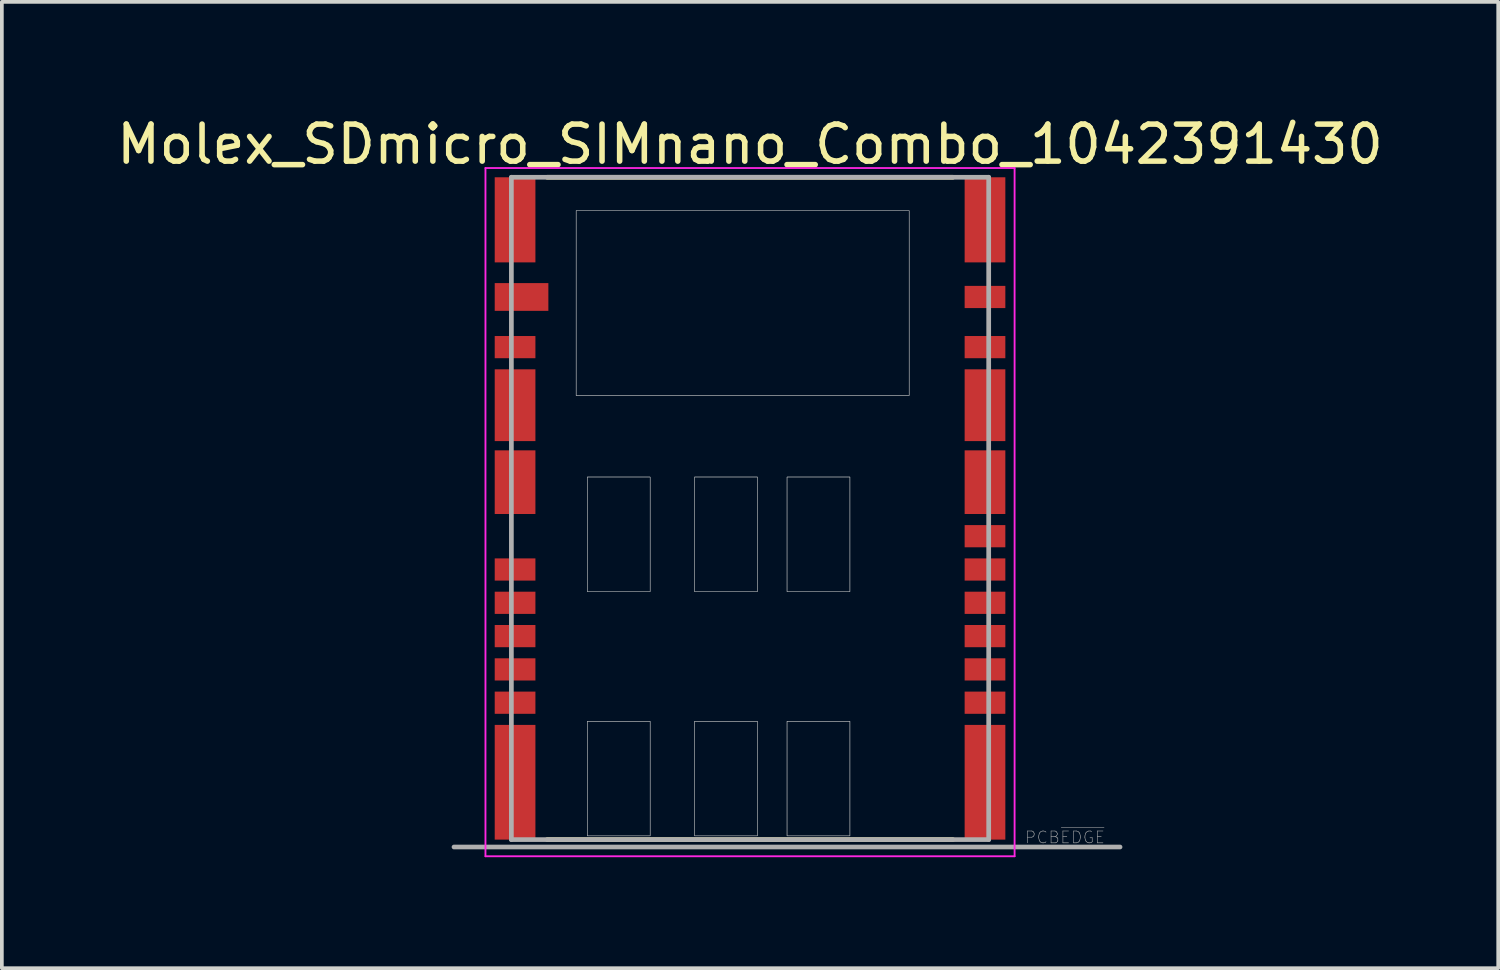
<source format=kicad_pcb>
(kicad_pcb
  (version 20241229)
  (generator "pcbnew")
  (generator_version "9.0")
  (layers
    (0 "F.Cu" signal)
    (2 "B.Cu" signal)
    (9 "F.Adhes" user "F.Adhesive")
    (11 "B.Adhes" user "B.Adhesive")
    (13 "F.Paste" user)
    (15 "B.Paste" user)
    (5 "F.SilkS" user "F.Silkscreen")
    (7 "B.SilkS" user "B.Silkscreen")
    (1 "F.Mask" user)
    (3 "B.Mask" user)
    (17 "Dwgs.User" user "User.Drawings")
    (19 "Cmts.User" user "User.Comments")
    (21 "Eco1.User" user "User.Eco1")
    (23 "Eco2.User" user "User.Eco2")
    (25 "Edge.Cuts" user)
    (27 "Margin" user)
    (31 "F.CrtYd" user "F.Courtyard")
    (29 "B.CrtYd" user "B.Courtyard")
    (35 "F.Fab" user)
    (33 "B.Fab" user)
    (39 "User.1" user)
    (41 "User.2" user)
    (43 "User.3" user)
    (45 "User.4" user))
  (footprint "Molex_SDmicro_SIMnano_Combo_1042391430"
    (layer "F.Cu")
    (at 17.22 10.691)
    (property "Reference" "Molex_SDmicro_SIMnano_Combo_1042391430" (at 0 -9.842 0) (layer "F.SilkS") (effects (font (size 1 1) (thickness 0.15))))
    (attr through_hole)
    (fp_line (start -5.48 -8.95) (end 5.48 -8.95) (stroke (width 0.127) (type solid)) (layer "F.SilkS"))
    (fp_line (start 5.48 8.95) (end -5.48 8.95) (stroke (width 0.127) (type solid)) (layer "F.SilkS"))
    (fp_poly (pts (xy -4.7 -8.05) (xy 4.3 -8.05) (xy 4.3 -3.05) (xy -4.7 -3.05)) (stroke (width 0.01) (type solid)) (fill no) (layer "Dwgs.User"))
    (fp_poly (pts (xy -4.7 -8.05) (xy 4.3 -8.05) (xy 4.3 -3.05) (xy -4.7 -3.05)) (stroke (width 0.01) (type solid)) (fill no) (layer "Dwgs.User"))
    (fp_poly (pts (xy -4.4 -0.85) (xy -2.7 -0.85) (xy -2.7 2.25) (xy -4.4 2.25)) (stroke (width 0.01) (type solid)) (fill no) (layer "Dwgs.User"))
    (fp_poly (pts (xy -4.4 -0.85) (xy -2.7 -0.85) (xy -2.7 2.25) (xy -4.4 2.25)) (stroke (width 0.01) (type solid)) (fill no) (layer "Dwgs.User"))
    (fp_poly (pts (xy -4.4 5.75) (xy -2.7 5.75) (xy -2.7 8.85) (xy -4.4 8.85)) (stroke (width 0.01) (type solid)) (fill no) (layer "Dwgs.User"))
    (fp_poly (pts (xy -4.4 5.75) (xy -2.7 5.75) (xy -2.7 8.85) (xy -4.4 8.85)) (stroke (width 0.01) (type solid)) (fill no) (layer "Dwgs.User"))
    (fp_poly (pts (xy -1.5 -0.85) (xy 0.2 -0.85) (xy 0.2 2.25) (xy -1.5 2.25)) (stroke (width 0.01) (type solid)) (fill no) (layer "Dwgs.User"))
    (fp_poly (pts (xy -1.5 -0.85) (xy 0.2 -0.85) (xy 0.2 2.25) (xy -1.5 2.25)) (stroke (width 0.01) (type solid)) (fill no) (layer "Dwgs.User"))
    (fp_poly (pts (xy -1.5 5.75) (xy 0.2 5.75) (xy 0.2 8.85) (xy -1.5 8.85)) (stroke (width 0.01) (type solid)) (fill no) (layer "Dwgs.User"))
    (fp_poly (pts (xy -1.5 5.75) (xy 0.2 5.75) (xy 0.2 8.85) (xy -1.5 8.85)) (stroke (width 0.01) (type solid)) (fill no) (layer "Dwgs.User"))
    (fp_poly (pts (xy 1 -0.85) (xy 2.7 -0.85) (xy 2.7 2.25) (xy 1 2.25)) (stroke (width 0.01) (type solid)) (fill no) (layer "Dwgs.User"))
    (fp_poly (pts (xy 1 -0.85) (xy 2.7 -0.85) (xy 2.7 2.25) (xy 1 2.25)) (stroke (width 0.01) (type solid)) (fill no) (layer "Dwgs.User"))
    (fp_poly (pts (xy 1 5.75) (xy 2.7 5.75) (xy 2.7 8.85) (xy 1 8.85)) (stroke (width 0.01) (type solid)) (fill no) (layer "Dwgs.User"))
    (fp_poly (pts (xy 1 5.75) (xy 2.7 5.75) (xy 2.7 8.85) (xy 1 8.85)) (stroke (width 0.01) (type solid)) (fill no) (layer "Dwgs.User"))
    (fp_line (start -7.15 -9.2) (end 7.15 -9.2) (stroke (width 0.05) (type solid)) (layer "F.CrtYd"))
    (fp_line (start -7.15 9.4) (end -7.15 -9.2) (stroke (width 0.05) (type solid)) (layer "F.CrtYd"))
    (fp_line (start 7.15 -9.2) (end 7.15 9.4) (stroke (width 0.05) (type solid)) (layer "F.CrtYd"))
    (fp_line (start 7.15 9.4) (end -7.15 9.4) (stroke (width 0.05) (type solid)) (layer "F.CrtYd"))
    (fp_line (start -8 9.15) (end 10 9.15) (stroke (width 0.127) (type solid)) (layer "F.Fab"))
    (fp_line (start -6.45 -8.95) (end 6.45 -8.95) (stroke (width 0.127) (type solid)) (layer "F.Fab"))
    (fp_line (start -6.45 8.95) (end -6.45 -8.95) (stroke (width 0.127) (type solid)) (layer "F.Fab"))
    (fp_line (start 6.45 -8.95) (end 6.45 8.95) (stroke (width 0.127) (type solid)) (layer "F.Fab"))
    (fp_line (start 6.45 8.95) (end -6.45 8.95) (stroke (width 0.127) (type solid)) (layer "F.Fab"))
    (fp_text user "PCB~{EDGE}" (at 8.509 8.89 0) (layer "F.Fab") (effects (font (size 0.32 0.32) (thickness 0.015))))
    (pad "G1" smd rect (at -6.35 7.4) (size 1.1 3.1) (layers "F.Cu" "F.Mask" "F.Paste"))
    (pad "G2" smd rect (at -6.35 -0.71) (size 1.1 1.72) (layers "F.Cu" "F.Mask" "F.Paste"))
    (pad "G3" smd rect (at -6.35 -2.79) (size 1.1 1.94) (layers "F.Cu" "F.Mask" "F.Paste"))
    (pad "G4" smd rect (at -6.35 -7.8) (size 1.1 2.3) (layers "F.Cu" "F.Mask" "F.Paste"))
    (pad "G5" smd rect (at 6.35 -7.8) (size 1.1 2.3) (layers "F.Cu" "F.Mask" "F.Paste"))
    (pad "G6" smd rect (at 6.35 -2.79) (size 1.1 1.94) (layers "F.Cu" "F.Mask" "F.Paste"))
    (pad "G7" smd rect (at 6.35 -0.71) (size 1.1 1.72) (layers "F.Cu" "F.Mask" "F.Paste"))
    (pad "G8" smd rect (at 6.35 7.4) (size 1.1 3.1) (layers "F.Cu" "F.Mask" "F.Paste"))
    (pad "S/W" smd rect (at -6.175 -5.715) (size 1.45 0.75) (layers "F.Cu" "F.Mask" "F.Paste"))
    (pad "S1" smd rect (at 6.35 5.25) (size 1.1 0.6) (layers "F.Cu" "F.Mask" "F.Paste"))
    (pad "S2" smd rect (at 6.35 4.35) (size 1.1 0.6) (layers "F.Cu" "F.Mask" "F.Paste"))
    (pad "S3" smd rect (at -6.35 5.25) (size 1.1 0.6) (layers "F.Cu" "F.Mask" "F.Paste"))
    (pad "S5" smd rect (at 6.35 3.45) (size 1.1 0.6) (layers "F.Cu" "F.Mask" "F.Paste"))
    (pad "S6" smd rect (at -6.35 4.35) (size 1.1 0.6) (layers "F.Cu" "F.Mask" "F.Paste"))
    (pad "S7" smd rect (at -6.35 2.55) (size 1.1 0.6) (layers "F.Cu" "F.Mask" "F.Paste"))
    (pad "T1" smd rect (at 6.35 -5.715) (size 1.1 0.6) (layers "F.Cu" "F.Mask" "F.Paste"))
    (pad "T2" smd rect (at 6.35 -4.36) (size 1.1 0.6) (layers "F.Cu" "F.Mask" "F.Paste"))
    (pad "T3" smd rect (at 6.35 0.75) (size 1.1 0.6) (layers "F.Cu" "F.Mask" "F.Paste"))
    (pad "T4" smd rect (at 6.35 1.65) (size 1.1 0.6) (layers "F.Cu" "F.Mask" "F.Paste"))
    (pad "T5" smd rect (at 6.35 2.55) (size 1.1 0.6) (layers "F.Cu" "F.Mask" "F.Paste"))
    (pad "T6" smd rect (at -6.35 3.45) (size 1.1 0.6) (layers "F.Cu" "F.Mask" "F.Paste"))
    (pad "T7" smd rect (at -6.35 1.65) (size 1.1 0.6) (layers "F.Cu" "F.Mask" "F.Paste"))
    (pad "T8" smd rect (at -6.35 -4.36) (size 1.1 0.6) (layers "F.Cu" "F.Mask" "F.Paste")))
  (gr_rect
    (start -3 -3)
    (end 37.44 23.116)
    (stroke (width 0.1) (type default))
    (fill no)
    (layer "Edge.Cuts")))
</source>
